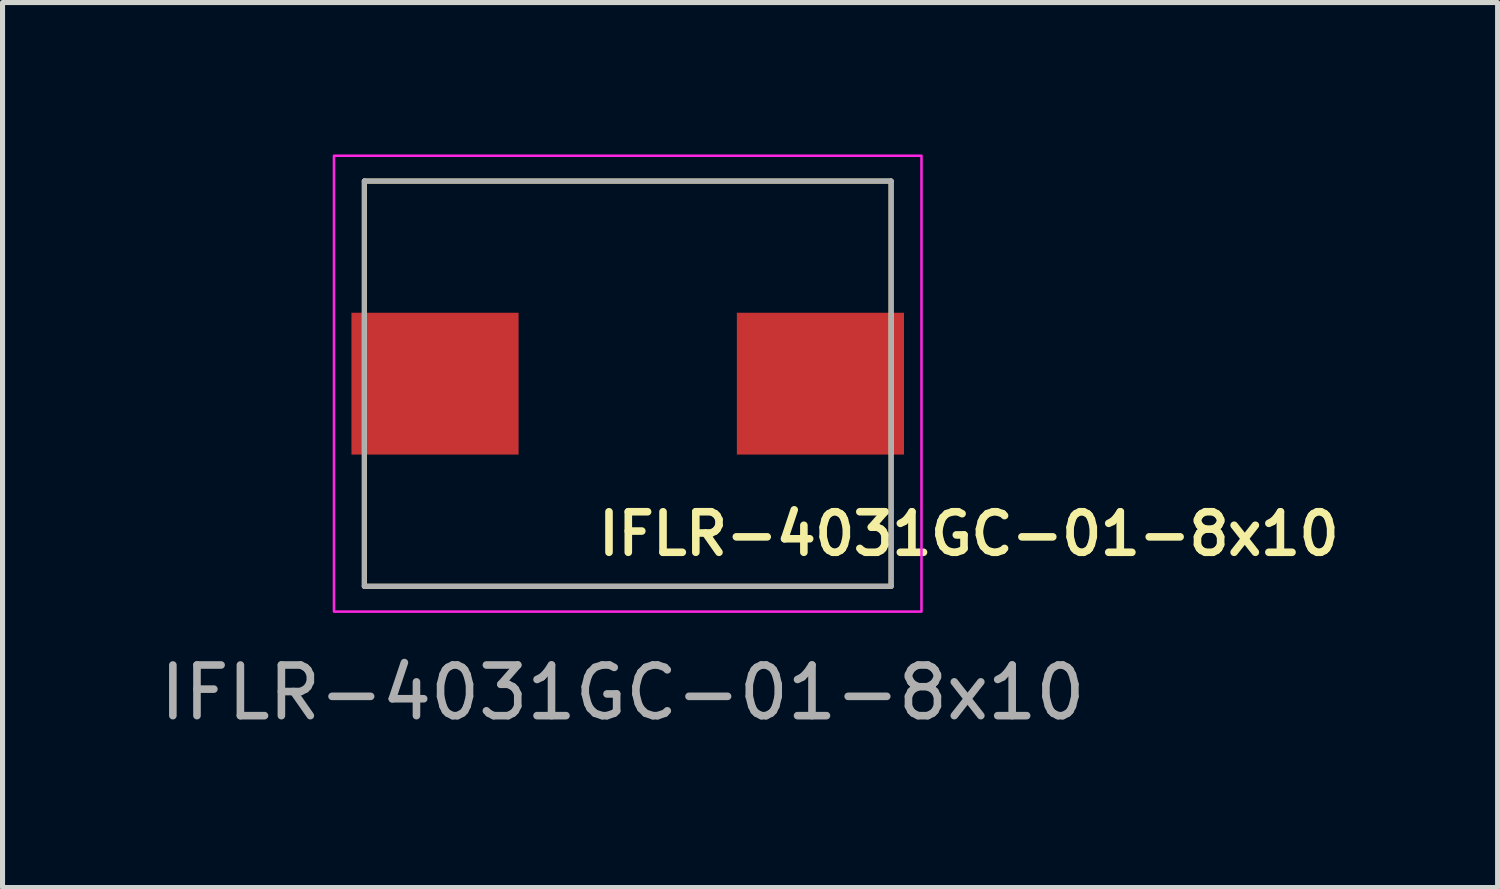
<source format=kicad_pcb>
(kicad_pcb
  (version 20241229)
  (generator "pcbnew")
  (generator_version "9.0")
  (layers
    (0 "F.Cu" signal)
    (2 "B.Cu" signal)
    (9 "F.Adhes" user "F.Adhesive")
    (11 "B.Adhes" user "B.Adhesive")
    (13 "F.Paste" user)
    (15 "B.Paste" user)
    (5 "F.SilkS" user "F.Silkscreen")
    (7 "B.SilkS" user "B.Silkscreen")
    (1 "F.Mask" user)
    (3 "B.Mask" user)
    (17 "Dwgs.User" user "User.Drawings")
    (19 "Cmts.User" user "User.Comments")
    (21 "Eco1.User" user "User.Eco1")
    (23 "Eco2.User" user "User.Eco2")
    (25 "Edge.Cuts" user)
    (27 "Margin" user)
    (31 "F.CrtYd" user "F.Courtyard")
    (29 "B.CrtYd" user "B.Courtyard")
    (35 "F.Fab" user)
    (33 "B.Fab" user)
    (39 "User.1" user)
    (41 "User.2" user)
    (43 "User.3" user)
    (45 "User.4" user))
  (footprint "IFLR-4031GC-01-8x10"
    (layer "F.Cu")
    (at 9.344 4.525)
    (property "Reference" "IFLR-4031GC-01-8x10" (at 6.735 2.967 0) (unlocked yes) (layer "F.SilkS") (effects (font (size 0.8 0.8) (thickness 0.15))))
    (attr smd)
    (fp_line (start -5.2 -4) (end -5.2 4) (stroke (width 0.1) (type default)) (layer "F.SilkS"))
    (fp_line (start -5.2 -4) (end 5.2 -4) (stroke (width 0.1) (type default)) (layer "F.SilkS"))
    (fp_line (start -5.2 4) (end 5.2 4) (stroke (width 0.1) (type default)) (layer "F.SilkS"))
    (fp_line (start 5.2 -4) (end 5.2 4) (stroke (width 0.1) (type default)) (layer "F.SilkS"))
    (fp_rect (start -5.8 -4.5) (end 5.8 4.5) (stroke (width 0.05) (type default)) (fill no) (layer "F.CrtYd"))
    (fp_line (start -5.2 -4) (end -5.2 4) (stroke (width 0.1) (type default)) (layer "F.Fab"))
    (fp_line (start -5.2 -4) (end 5.2 -4) (stroke (width 0.1) (type default)) (layer "F.Fab"))
    (fp_line (start -5.2 4) (end 5.2 4) (stroke (width 0.1) (type default)) (layer "F.Fab"))
    (fp_line (start 5.2 -4) (end 5.2 4) (stroke (width 0.1) (type default)) (layer "F.Fab"))
    (fp_text user "${REFERENCE}" (at -0.1 6.1 0) (unlocked yes) (layer "F.Fab") (effects (font (size 1 1) (thickness 0.15))))
    (pad "1" smd rect (at -3.805 0) (size 3.3 2.8) (layers "F.Cu" "F.Mask" "F.Paste"))
    (pad "2" smd rect (at 3.805 0) (size 3.3 2.8) (layers "F.Cu" "F.Mask" "F.Paste")))
  (gr_rect
    (start -3 -3)
    (end 26.519 14.473)
    (stroke (width 0.1) (type default))
    (fill no)
    (layer "Edge.Cuts")))
</source>
